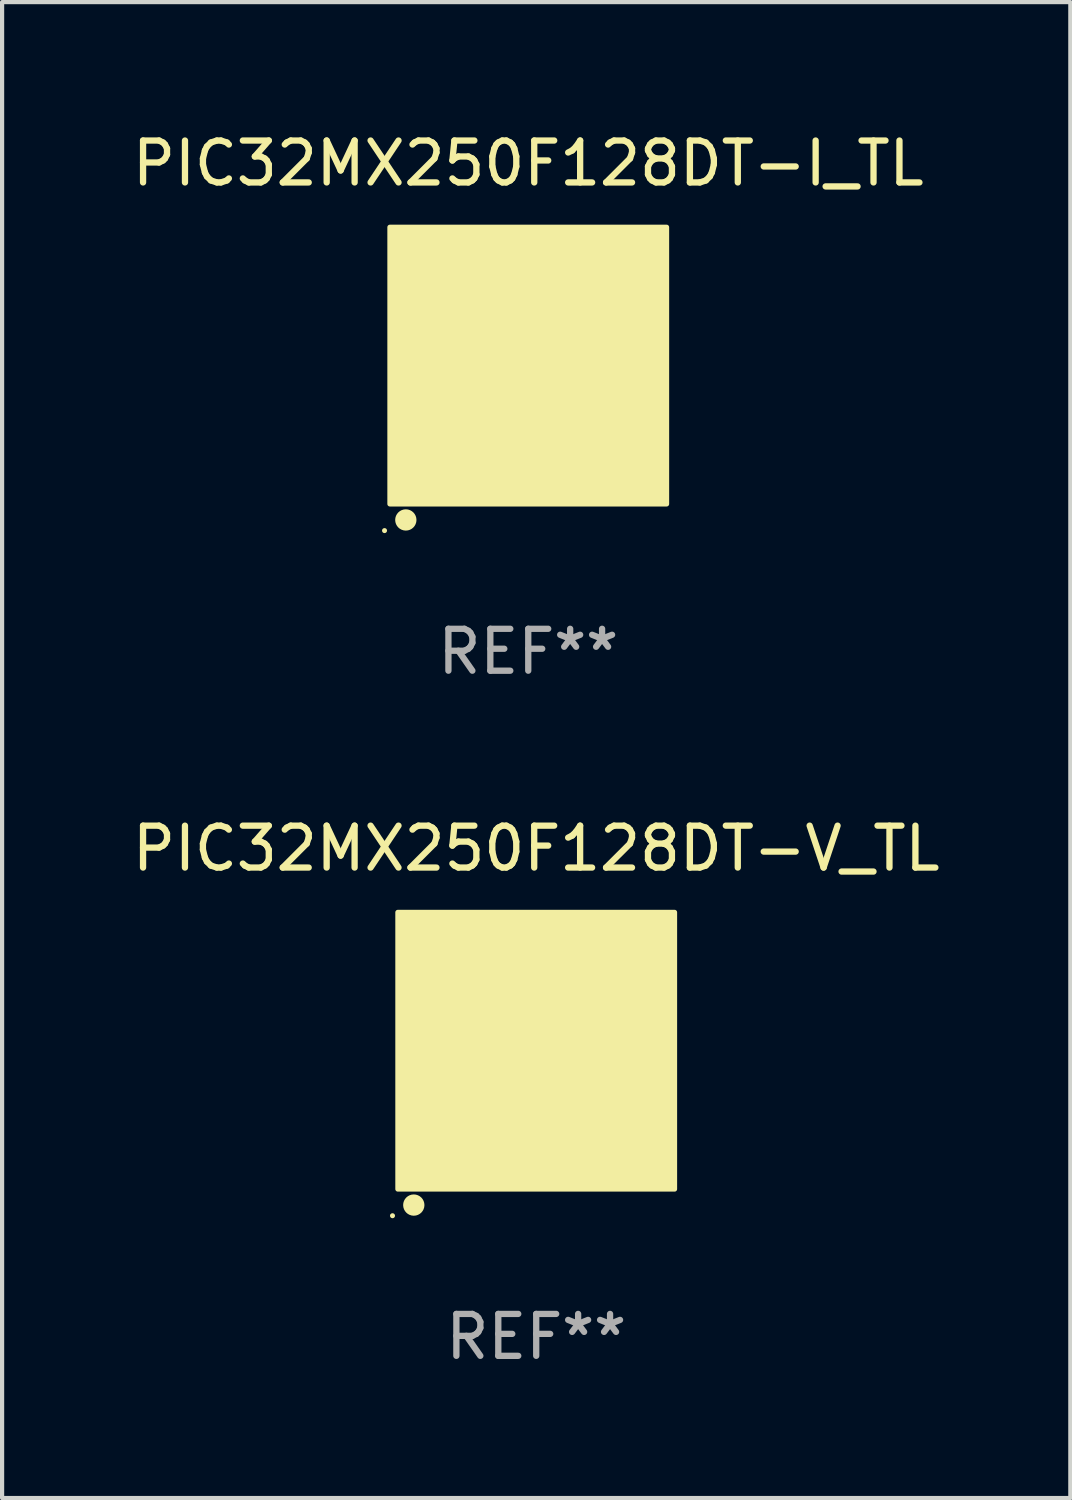
<source format=kicad_pcb>
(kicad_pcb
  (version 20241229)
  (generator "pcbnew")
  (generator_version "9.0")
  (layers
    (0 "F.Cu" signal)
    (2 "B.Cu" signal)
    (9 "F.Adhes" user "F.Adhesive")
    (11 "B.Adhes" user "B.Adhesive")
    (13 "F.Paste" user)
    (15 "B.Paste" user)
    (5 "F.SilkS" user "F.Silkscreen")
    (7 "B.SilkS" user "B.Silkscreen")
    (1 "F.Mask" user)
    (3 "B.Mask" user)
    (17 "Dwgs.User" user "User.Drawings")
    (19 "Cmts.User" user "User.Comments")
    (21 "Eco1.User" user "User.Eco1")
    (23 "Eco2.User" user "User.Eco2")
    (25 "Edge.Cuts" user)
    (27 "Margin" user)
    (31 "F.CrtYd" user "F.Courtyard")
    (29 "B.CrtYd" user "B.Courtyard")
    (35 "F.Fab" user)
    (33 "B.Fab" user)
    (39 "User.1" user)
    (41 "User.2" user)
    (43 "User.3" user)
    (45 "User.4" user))
  (footprint "PIC32MX250F128DT-I_TL"
    (layer "F.Cu")
    (at 9.554 5.673)
    (property "Reference" "PIC32MX250F128DT-I_TL" (at 0 -4.825 0) (layer "F.SilkS") (effects (font (size 1 1) (thickness 0.15))))
    (attr through_hole)
    (fp_circle (center -3.429 3.937) (end -3.399 3.937) (stroke (width 0.06) (type solid)) (fill no) (layer "F.SilkS"))
    (fp_circle (center -2.921 3.683) (end -2.794 3.683) (stroke (width 0.254) (type solid)) (fill no) (layer "F.SilkS"))
    (fp_poly (pts (xy -3.302 -3.302) (xy 3.302 -3.302) (xy 3.302 3.302) (xy -3.302 3.302)) (stroke (width 0.12) (type solid)) (fill yes) (layer "F.SilkS"))
    (fp_text user "REF**" (at 0 6.825 0) (layer "F.Fab") (effects (font (size 1 1) (thickness 0.15))))
    (pad "1" smd rect (at -2.25 2.825) (size 0.3 0.45) (layers "F.Cu" "F.Mask" "F.Paste"))
    (pad "2" smd rect (at -1.75 2.825) (size 0.3 0.45) (layers "F.Cu" "F.Mask" "F.Paste"))
    (pad "3" smd rect (at -1.25 2.825) (size 0.3 0.45) (layers "F.Cu" "F.Mask" "F.Paste"))
    (pad "4" smd rect (at -0.75 2.825) (size 0.3 0.45) (layers "F.Cu" "F.Mask" "F.Paste"))
    (pad "5" smd rect (at -0.25 2.825) (size 0.3 0.45) (layers "F.Cu" "F.Mask" "F.Paste"))
    (pad "6" smd rect (at 0.25 2.825) (size 0.3 0.45) (layers "F.Cu" "F.Mask" "F.Paste"))
    (pad "7" smd rect (at 0.75 2.825) (size 0.3 0.45) (layers "F.Cu" "F.Mask" "F.Paste"))
    (pad "8" smd rect (at 1.25 2.825) (size 0.3 0.45) (layers "F.Cu" "F.Mask" "F.Paste"))
    (pad "9" smd rect (at 1.75 2.825) (size 0.3 0.45) (layers "F.Cu" "F.Mask" "F.Paste"))
    (pad "10" smd rect (at 2.25 2.825) (size 0.3 0.45) (layers "F.Cu" "F.Mask" "F.Paste"))
    (pad "11" smd rect (at 2.825 2.825 90) (size 0.45 0.45) (layers "F.Cu" "F.Mask" "F.Paste"))
    (pad "12" smd rect (at 2.825 2.25 90) (size 0.3 0.45) (layers "F.Cu" "F.Mask" "F.Paste"))
    (pad "13" smd rect (at 2.825 1.75 90) (size 0.3 0.45) (layers "F.Cu" "F.Mask" "F.Paste"))
    (pad "14" smd rect (at 2.825 1.25 90) (size 0.3 0.45) (layers "F.Cu" "F.Mask" "F.Paste"))
    (pad "15" smd rect (at 2.825 0.75 90) (size 0.3 0.45) (layers "F.Cu" "F.Mask" "F.Paste"))
    (pad "16" smd rect (at 2.825 0.25 90) (size 0.3 0.45) (layers "F.Cu" "F.Mask" "F.Paste"))
    (pad "17" smd rect (at 2.825 -0.25 90) (size 0.3 0.45) (layers "F.Cu" "F.Mask" "F.Paste"))
    (pad "18" smd rect (at 2.825 -0.75 90) (size 0.3 0.45) (layers "F.Cu" "F.Mask" "F.Paste"))
    (pad "19" smd rect (at 2.825 -1.25 90) (size 0.3 0.45) (layers "F.Cu" "F.Mask" "F.Paste"))
    (pad "20" smd rect (at 2.825 -1.75 90) (size 0.3 0.45) (layers "F.Cu" "F.Mask" "F.Paste"))
    (pad "21" smd rect (at 2.825 -2.25 90) (size 0.3 0.45) (layers "F.Cu" "F.Mask" "F.Paste"))
    (pad "22" smd rect (at 2.825 -2.825 90) (size 0.45 0.45) (layers "F.Cu" "F.Mask" "F.Paste"))
    (pad "23" smd rect (at 2.25 -2.825) (size 0.3 0.45) (layers "F.Cu" "F.Mask" "F.Paste"))
    (pad "24" smd rect (at 1.75 -2.825) (size 0.3 0.45) (layers "F.Cu" "F.Mask" "F.Paste"))
    (pad "25" smd rect (at 1.25 -2.825) (size 0.3 0.45) (layers "F.Cu" "F.Mask" "F.Paste"))
    (pad "26" smd rect (at 0.75 -2.825) (size 0.3 0.45) (layers "F.Cu" "F.Mask" "F.Paste"))
    (pad "27" smd rect (at 0.25 -2.825) (size 0.3 0.45) (layers "F.Cu" "F.Mask" "F.Paste"))
    (pad "28" smd rect (at -0.25 -2.825) (size 0.3 0.45) (layers "F.Cu" "F.Mask" "F.Paste"))
    (pad "29" smd rect (at -0.75 -2.825) (size 0.3 0.45) (layers "F.Cu" "F.Mask" "F.Paste"))
    (pad "30" smd rect (at -1.25 -2.825) (size 0.3 0.45) (layers "F.Cu" "F.Mask" "F.Paste"))
    (pad "31" smd rect (at -1.75 -2.825) (size 0.3 0.45) (layers "F.Cu" "F.Mask" "F.Paste"))
    (pad "32" smd rect (at -2.25 -2.825) (size 0.3 0.45) (layers "F.Cu" "F.Mask" "F.Paste"))
    (pad "33" smd rect (at -2.825 -2.825 90) (size 0.45 0.45) (layers "F.Cu" "F.Mask" "F.Paste"))
    (pad "34" smd rect (at -2.825 -2.25 90) (size 0.3 0.45) (layers "F.Cu" "F.Mask" "F.Paste"))
    (pad "35" smd rect (at -2.825 -1.75 90) (size 0.3 0.45) (layers "F.Cu" "F.Mask" "F.Paste"))
    (pad "36" smd rect (at -2.825 -1.25 90) (size 0.3 0.45) (layers "F.Cu" "F.Mask" "F.Paste"))
    (pad "37" smd rect (at -2.825 -0.75 90) (size 0.3 0.45) (layers "F.Cu" "F.Mask" "F.Paste"))
    (pad "38" smd rect (at -2.825 -0.25 90) (size 0.3 0.45) (layers "F.Cu" "F.Mask" "F.Paste"))
    (pad "39" smd rect (at -2.825 0.25 90) (size 0.3 0.45) (layers "F.Cu" "F.Mask" "F.Paste"))
    (pad "40" smd rect (at -2.825 0.75 90) (size 0.3 0.45) (layers "F.Cu" "F.Mask" "F.Paste"))
    (pad "41" smd rect (at -2.825 1.25 90) (size 0.3 0.45) (layers "F.Cu" "F.Mask" "F.Paste"))
    (pad "42" smd rect (at -2.825 1.75 90) (size 0.3 0.45) (layers "F.Cu" "F.Mask" "F.Paste"))
    (pad "43" smd rect (at -2.825 2.25 90) (size 0.3 0.45) (layers "F.Cu" "F.Mask" "F.Paste"))
    (pad "44" smd rect (at -2.825 2.825 90) (size 0.45 0.45) (layers "F.Cu" "F.Mask" "F.Paste"))
    (pad "45" smd rect (at 0 0 90) (size 4.6 4.6) (layers "F.Cu" "F.Mask" "F.Paste")))
  (footprint "PIC32MX250F128DT-V_TL"
    (layer "F.Cu")
    (at 9.744 22.02)
    (property "Reference" "PIC32MX250F128DT-V_TL" (at 0 -4.825 0) (layer "F.SilkS") (effects (font (size 1 1) (thickness 0.15))))
    (attr through_hole)
    (fp_circle (center -3.429 3.937) (end -3.399 3.937) (stroke (width 0.06) (type solid)) (fill no) (layer "F.SilkS"))
    (fp_circle (center -2.921 3.683) (end -2.794 3.683) (stroke (width 0.254) (type solid)) (fill no) (layer "F.SilkS"))
    (fp_poly (pts (xy -3.302 -3.302) (xy 3.302 -3.302) (xy 3.302 3.302) (xy -3.302 3.302)) (stroke (width 0.12) (type solid)) (fill yes) (layer "F.SilkS"))
    (fp_text user "REF**" (at 0 6.825 0) (layer "F.Fab") (effects (font (size 1 1) (thickness 0.15))))
    (pad "1" smd rect (at -2.25 2.825) (size 0.3 0.45) (layers "F.Cu" "F.Mask" "F.Paste"))
    (pad "2" smd rect (at -1.75 2.825) (size 0.3 0.45) (layers "F.Cu" "F.Mask" "F.Paste"))
    (pad "3" smd rect (at -1.25 2.825) (size 0.3 0.45) (layers "F.Cu" "F.Mask" "F.Paste"))
    (pad "4" smd rect (at -0.75 2.825) (size 0.3 0.45) (layers "F.Cu" "F.Mask" "F.Paste"))
    (pad "5" smd rect (at -0.25 2.825) (size 0.3 0.45) (layers "F.Cu" "F.Mask" "F.Paste"))
    (pad "6" smd rect (at 0.25 2.825) (size 0.3 0.45) (layers "F.Cu" "F.Mask" "F.Paste"))
    (pad "7" smd rect (at 0.75 2.825) (size 0.3 0.45) (layers "F.Cu" "F.Mask" "F.Paste"))
    (pad "8" smd rect (at 1.25 2.825) (size 0.3 0.45) (layers "F.Cu" "F.Mask" "F.Paste"))
    (pad "9" smd rect (at 1.75 2.825) (size 0.3 0.45) (layers "F.Cu" "F.Mask" "F.Paste"))
    (pad "10" smd rect (at 2.25 2.825) (size 0.3 0.45) (layers "F.Cu" "F.Mask" "F.Paste"))
    (pad "11" smd rect (at 2.825 2.825 90) (size 0.45 0.45) (layers "F.Cu" "F.Mask" "F.Paste"))
    (pad "12" smd rect (at 2.825 2.25 90) (size 0.3 0.45) (layers "F.Cu" "F.Mask" "F.Paste"))
    (pad "13" smd rect (at 2.825 1.75 90) (size 0.3 0.45) (layers "F.Cu" "F.Mask" "F.Paste"))
    (pad "14" smd rect (at 2.825 1.25 90) (size 0.3 0.45) (layers "F.Cu" "F.Mask" "F.Paste"))
    (pad "15" smd rect (at 2.825 0.75 90) (size 0.3 0.45) (layers "F.Cu" "F.Mask" "F.Paste"))
    (pad "16" smd rect (at 2.825 0.25 90) (size 0.3 0.45) (layers "F.Cu" "F.Mask" "F.Paste"))
    (pad "17" smd rect (at 2.825 -0.25 90) (size 0.3 0.45) (layers "F.Cu" "F.Mask" "F.Paste"))
    (pad "18" smd rect (at 2.825 -0.75 90) (size 0.3 0.45) (layers "F.Cu" "F.Mask" "F.Paste"))
    (pad "19" smd rect (at 2.825 -1.25 90) (size 0.3 0.45) (layers "F.Cu" "F.Mask" "F.Paste"))
    (pad "20" smd rect (at 2.825 -1.75 90) (size 0.3 0.45) (layers "F.Cu" "F.Mask" "F.Paste"))
    (pad "21" smd rect (at 2.825 -2.25 90) (size 0.3 0.45) (layers "F.Cu" "F.Mask" "F.Paste"))
    (pad "22" smd rect (at 2.825 -2.825 90) (size 0.45 0.45) (layers "F.Cu" "F.Mask" "F.Paste"))
    (pad "23" smd rect (at 2.25 -2.825) (size 0.3 0.45) (layers "F.Cu" "F.Mask" "F.Paste"))
    (pad "24" smd rect (at 1.75 -2.825) (size 0.3 0.45) (layers "F.Cu" "F.Mask" "F.Paste"))
    (pad "25" smd rect (at 1.25 -2.825) (size 0.3 0.45) (layers "F.Cu" "F.Mask" "F.Paste"))
    (pad "26" smd rect (at 0.75 -2.825) (size 0.3 0.45) (layers "F.Cu" "F.Mask" "F.Paste"))
    (pad "27" smd rect (at 0.25 -2.825) (size 0.3 0.45) (layers "F.Cu" "F.Mask" "F.Paste"))
    (pad "28" smd rect (at -0.25 -2.825) (size 0.3 0.45) (layers "F.Cu" "F.Mask" "F.Paste"))
    (pad "29" smd rect (at -0.75 -2.825) (size 0.3 0.45) (layers "F.Cu" "F.Mask" "F.Paste"))
    (pad "30" smd rect (at -1.25 -2.825) (size 0.3 0.45) (layers "F.Cu" "F.Mask" "F.Paste"))
    (pad "31" smd rect (at -1.75 -2.825) (size 0.3 0.45) (layers "F.Cu" "F.Mask" "F.Paste"))
    (pad "32" smd rect (at -2.25 -2.825) (size 0.3 0.45) (layers "F.Cu" "F.Mask" "F.Paste"))
    (pad "33" smd rect (at -2.825 -2.825 90) (size 0.45 0.45) (layers "F.Cu" "F.Mask" "F.Paste"))
    (pad "34" smd rect (at -2.825 -2.25 90) (size 0.3 0.45) (layers "F.Cu" "F.Mask" "F.Paste"))
    (pad "35" smd rect (at -2.825 -1.75 90) (size 0.3 0.45) (layers "F.Cu" "F.Mask" "F.Paste"))
    (pad "36" smd rect (at -2.825 -1.25 90) (size 0.3 0.45) (layers "F.Cu" "F.Mask" "F.Paste"))
    (pad "37" smd rect (at -2.825 -0.75 90) (size 0.3 0.45) (layers "F.Cu" "F.Mask" "F.Paste"))
    (pad "38" smd rect (at -2.825 -0.25 90) (size 0.3 0.45) (layers "F.Cu" "F.Mask" "F.Paste"))
    (pad "39" smd rect (at -2.825 0.25 90) (size 0.3 0.45) (layers "F.Cu" "F.Mask" "F.Paste"))
    (pad "40" smd rect (at -2.825 0.75 90) (size 0.3 0.45) (layers "F.Cu" "F.Mask" "F.Paste"))
    (pad "41" smd rect (at -2.825 1.25 90) (size 0.3 0.45) (layers "F.Cu" "F.Mask" "F.Paste"))
    (pad "42" smd rect (at -2.825 1.75 90) (size 0.3 0.45) (layers "F.Cu" "F.Mask" "F.Paste"))
    (pad "43" smd rect (at -2.825 2.25 90) (size 0.3 0.45) (layers "F.Cu" "F.Mask" "F.Paste"))
    (pad "44" smd rect (at -2.825 2.825 90) (size 0.45 0.45) (layers "F.Cu" "F.Mask" "F.Paste"))
    (pad "45" smd rect (at 0 0 90) (size 4.6 4.6) (layers "F.Cu" "F.Mask" "F.Paste")))
  (gr_rect
    (start -3 -3)
    (end 22.488 32.693)
    (stroke (width 0.1) (type default))
    (fill no)
    (layer "Edge.Cuts")))
</source>
